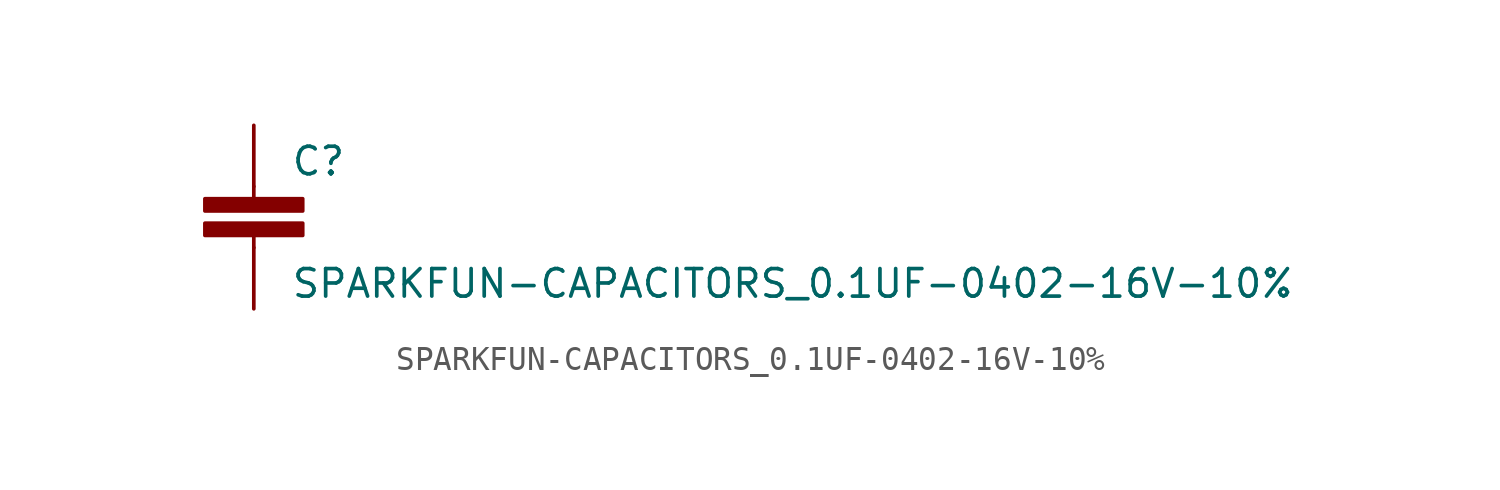
<source format=kicad_sym>
(kicad_symbol_lib
  (version 20220914)
  (generator kicad_symbol_editor)
  (symbol "SPARKFUN-CAPACITORS_0.1UF-0402-16V-10%"
    (pin_numbers hide)
    (pin_names
      (offset 1.016) hide)
    (property "Reference" "C"
      (at 1.524 1.651 0)
      (effects (font (size 1.143 1.143)) (justify left bottom)))
    (property "Value" "SPARKFUN-CAPACITORS_0.1UF-0402-16V-10%"
      (at 1.524 -3.429 0)
      (effects (font (size 1.143 1.143)) (justify left bottom)))
    (property "ki_locked" ""
      (at 0 0 0)
      (effects (font (size 1.27 1.27))))
    (symbol "SPARKFUN-CAPACITORS_0.1UF-0402-16V-10%_1_0"
      (polyline (pts (xy 0 -1.27) (xy 0 -0.762)) (stroke (width 0) (type solid)) (fill (type none)))
      (polyline (pts (xy 0 1.27) (xy 0 0.762)) (stroke (width 0) (type solid)) (fill (type none))))
    (symbol "SPARKFUN-CAPACITORS_0.1UF-0402-16V-10%_1_1"
      (rectangle (start -2.032 -0.762) (end 2.032 -0.254) (stroke (width 0) (type solid)) (fill (type outline)))
      (rectangle (start -2.032 0.254) (end 2.032 0.762) (stroke (width 0) (type solid)) (fill (type outline)))
      (pin passive line (at 0 3.81 270) (length 2.54) (name "1" (effects (font (size 1.016 1.016)))) (number "1" (effects (font (size 1.016 1.016)))))
      (pin passive line (at 0 -3.81 90) (length 2.54) (name "2" (effects (font (size 1.016 1.016)))) (number "2" (effects (font (size 1.016 1.016))))))))
</source>
